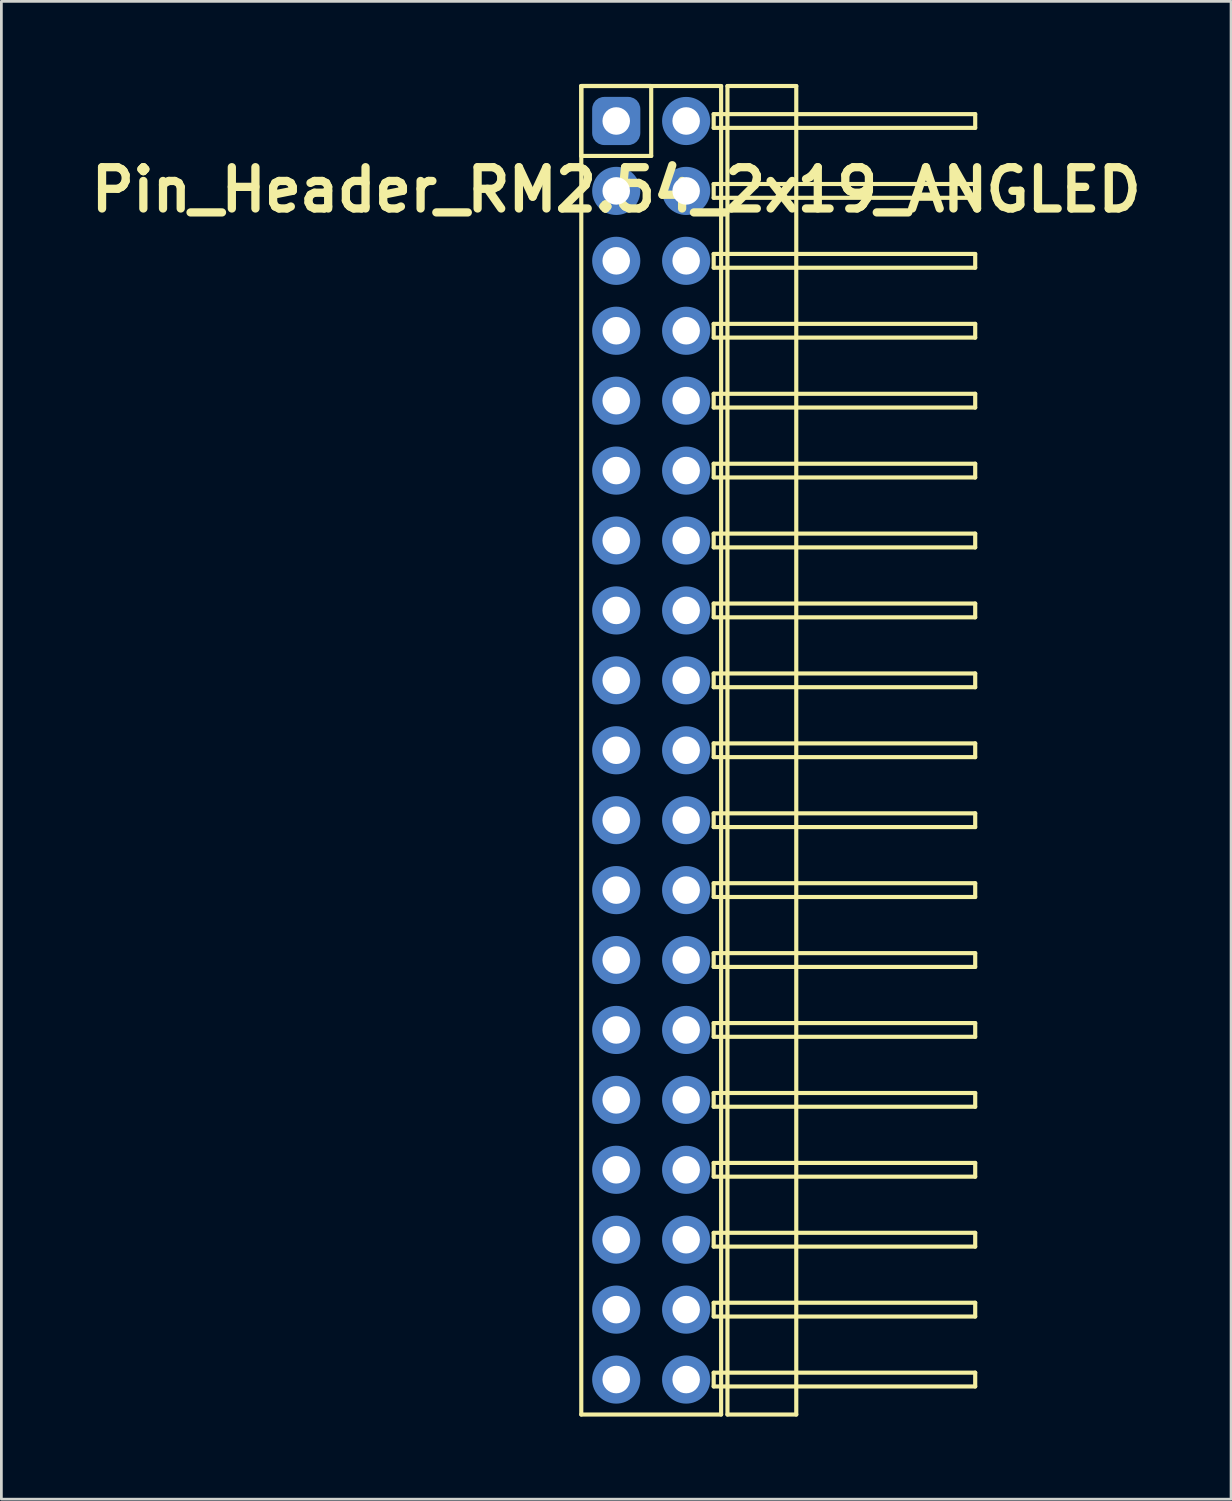
<source format=kicad_pcb>
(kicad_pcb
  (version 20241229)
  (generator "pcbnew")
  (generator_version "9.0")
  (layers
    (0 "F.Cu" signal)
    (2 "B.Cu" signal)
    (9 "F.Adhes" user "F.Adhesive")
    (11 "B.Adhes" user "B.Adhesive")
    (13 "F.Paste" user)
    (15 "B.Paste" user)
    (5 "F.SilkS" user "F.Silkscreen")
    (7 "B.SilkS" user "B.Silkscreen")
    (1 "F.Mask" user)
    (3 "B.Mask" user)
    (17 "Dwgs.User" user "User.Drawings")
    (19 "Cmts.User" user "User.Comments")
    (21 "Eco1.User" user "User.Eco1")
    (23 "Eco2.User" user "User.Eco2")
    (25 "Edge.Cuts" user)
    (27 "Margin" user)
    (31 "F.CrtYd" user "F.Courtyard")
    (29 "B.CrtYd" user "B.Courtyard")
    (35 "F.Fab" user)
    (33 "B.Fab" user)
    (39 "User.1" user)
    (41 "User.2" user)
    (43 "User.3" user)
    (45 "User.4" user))
  (footprint "Pin_Header_RM2.54_2x19_ANGLED"
    (layer "F.Cu")
    (at 19.336 1.345)
    (property "Reference" "Pin_Header_RM2.54_2x19_ANGLED" (at 0 2.5 0) (layer "F.SilkS") (effects (font (size 1.5 1.5) (thickness 0.3))))
    (attr through_hole)
    (fp_line (start -1.27 -1.27) (end 1.27 -1.27) (stroke (width 0.15) (type solid)) (layer "F.SilkS"))
    (fp_line (start -1.27 -1.27) (end 3.81 -1.27) (stroke (width 0.15) (type solid)) (layer "F.SilkS"))
    (fp_line (start -1.27 1.27) (end -1.27 -1.27) (stroke (width 0.15) (type solid)) (layer "F.SilkS"))
    (fp_line (start -1.27 46.99) (end -1.27 -1.27) (stroke (width 0.15) (type solid)) (layer "F.SilkS"))
    (fp_line (start 1.27 -1.27) (end 1.27 1.27) (stroke (width 0.15) (type solid)) (layer "F.SilkS"))
    (fp_line (start 1.27 1.27) (end -1.27 1.27) (stroke (width 0.15) (type solid)) (layer "F.SilkS"))
    (fp_line (start 3.54 -0.25) (end 13.04 -0.25) (stroke (width 0.15) (type solid)) (layer "F.SilkS"))
    (fp_line (start 3.54 0.25) (end 3.54 -0.25) (stroke (width 0.15) (type solid)) (layer "F.SilkS"))
    (fp_line (start 3.54 2.29) (end 13.04 2.29) (stroke (width 0.15) (type solid)) (layer "F.SilkS"))
    (fp_line (start 3.54 2.79) (end 3.54 2.29) (stroke (width 0.15) (type solid)) (layer "F.SilkS"))
    (fp_line (start 3.54 4.83) (end 13.04 4.83) (stroke (width 0.15) (type solid)) (layer "F.SilkS"))
    (fp_line (start 3.54 5.33) (end 3.54 4.83) (stroke (width 0.15) (type solid)) (layer "F.SilkS"))
    (fp_line (start 3.54 7.37) (end 13.04 7.37) (stroke (width 0.15) (type solid)) (layer "F.SilkS"))
    (fp_line (start 3.54 7.87) (end 3.54 7.37) (stroke (width 0.15) (type solid)) (layer "F.SilkS"))
    (fp_line (start 3.54 9.91) (end 13.04 9.91) (stroke (width 0.15) (type solid)) (layer "F.SilkS"))
    (fp_line (start 3.54 10.41) (end 3.54 9.91) (stroke (width 0.15) (type solid)) (layer "F.SilkS"))
    (fp_line (start 3.54 12.45) (end 13.04 12.45) (stroke (width 0.15) (type solid)) (layer "F.SilkS"))
    (fp_line (start 3.54 12.95) (end 3.54 12.45) (stroke (width 0.15) (type solid)) (layer "F.SilkS"))
    (fp_line (start 3.54 14.99) (end 13.04 14.99) (stroke (width 0.15) (type solid)) (layer "F.SilkS"))
    (fp_line (start 3.54 15.49) (end 3.54 14.99) (stroke (width 0.15) (type solid)) (layer "F.SilkS"))
    (fp_line (start 3.54 17.53) (end 13.04 17.53) (stroke (width 0.15) (type solid)) (layer "F.SilkS"))
    (fp_line (start 3.54 18.03) (end 3.54 17.53) (stroke (width 0.15) (type solid)) (layer "F.SilkS"))
    (fp_line (start 3.54 20.07) (end 13.04 20.07) (stroke (width 0.15) (type solid)) (layer "F.SilkS"))
    (fp_line (start 3.54 20.57) (end 3.54 20.07) (stroke (width 0.15) (type solid)) (layer "F.SilkS"))
    (fp_line (start 3.54 22.61) (end 13.04 22.61) (stroke (width 0.15) (type solid)) (layer "F.SilkS"))
    (fp_line (start 3.54 23.11) (end 3.54 22.61) (stroke (width 0.15) (type solid)) (layer "F.SilkS"))
    (fp_line (start 3.54 25.15) (end 13.04 25.15) (stroke (width 0.15) (type solid)) (layer "F.SilkS"))
    (fp_line (start 3.54 25.65) (end 3.54 25.15) (stroke (width 0.15) (type solid)) (layer "F.SilkS"))
    (fp_line (start 3.54 27.69) (end 13.04 27.69) (stroke (width 0.15) (type solid)) (layer "F.SilkS"))
    (fp_line (start 3.54 28.19) (end 3.54 27.69) (stroke (width 0.15) (type solid)) (layer "F.SilkS"))
    (fp_line (start 3.54 30.23) (end 13.04 30.23) (stroke (width 0.15) (type solid)) (layer "F.SilkS"))
    (fp_line (start 3.54 30.73) (end 3.54 30.23) (stroke (width 0.15) (type solid)) (layer "F.SilkS"))
    (fp_line (start 3.54 32.77) (end 13.04 32.77) (stroke (width 0.15) (type solid)) (layer "F.SilkS"))
    (fp_line (start 3.54 33.27) (end 3.54 32.77) (stroke (width 0.15) (type solid)) (layer "F.SilkS"))
    (fp_line (start 3.54 35.31) (end 13.04 35.31) (stroke (width 0.15) (type solid)) (layer "F.SilkS"))
    (fp_line (start 3.54 35.81) (end 3.54 35.31) (stroke (width 0.15) (type solid)) (layer "F.SilkS"))
    (fp_line (start 3.54 37.85) (end 13.04 37.85) (stroke (width 0.15) (type solid)) (layer "F.SilkS"))
    (fp_line (start 3.54 38.35) (end 3.54 37.85) (stroke (width 0.15) (type solid)) (layer "F.SilkS"))
    (fp_line (start 3.54 40.39) (end 13.04 40.39) (stroke (width 0.15) (type solid)) (layer "F.SilkS"))
    (fp_line (start 3.54 40.89) (end 3.54 40.39) (stroke (width 0.15) (type solid)) (layer "F.SilkS"))
    (fp_line (start 3.54 42.93) (end 13.04 42.93) (stroke (width 0.15) (type solid)) (layer "F.SilkS"))
    (fp_line (start 3.54 43.43) (end 3.54 42.93) (stroke (width 0.15) (type solid)) (layer "F.SilkS"))
    (fp_line (start 3.54 45.47) (end 13.04 45.47) (stroke (width 0.15) (type solid)) (layer "F.SilkS"))
    (fp_line (start 3.54 45.97) (end 3.54 45.47) (stroke (width 0.15) (type solid)) (layer "F.SilkS"))
    (fp_line (start 3.81 -1.27) (end 3.81 46.99) (stroke (width 0.15) (type solid)) (layer "F.SilkS"))
    (fp_line (start 3.81 46.99) (end -1.27 46.99) (stroke (width 0.15) (type solid)) (layer "F.SilkS"))
    (fp_line (start 4.04 -1.27) (end 6.54 -1.27) (stroke (width 0.15) (type solid)) (layer "F.SilkS"))
    (fp_line (start 4.04 46.99) (end 4.04 -1.27) (stroke (width 0.15) (type solid)) (layer "F.SilkS"))
    (fp_line (start 6.54 -1.27) (end 6.54 46.99) (stroke (width 0.15) (type solid)) (layer "F.SilkS"))
    (fp_line (start 6.54 46.99) (end 4.04 46.99) (stroke (width 0.15) (type solid)) (layer "F.SilkS"))
    (fp_line (start 13.04 -0.25) (end 13.04 0.25) (stroke (width 0.15) (type solid)) (layer "F.SilkS"))
    (fp_line (start 13.04 0.25) (end 3.54 0.25) (stroke (width 0.15) (type solid)) (layer "F.SilkS"))
    (fp_line (start 13.04 2.29) (end 13.04 2.79) (stroke (width 0.15) (type solid)) (layer "F.SilkS"))
    (fp_line (start 13.04 2.79) (end 3.54 2.79) (stroke (width 0.15) (type solid)) (layer "F.SilkS"))
    (fp_line (start 13.04 4.83) (end 13.04 5.33) (stroke (width 0.15) (type solid)) (layer "F.SilkS"))
    (fp_line (start 13.04 5.33) (end 3.54 5.33) (stroke (width 0.15) (type solid)) (layer "F.SilkS"))
    (fp_line (start 13.04 7.37) (end 13.04 7.87) (stroke (width 0.15) (type solid)) (layer "F.SilkS"))
    (fp_line (start 13.04 7.87) (end 3.54 7.87) (stroke (width 0.15) (type solid)) (layer "F.SilkS"))
    (fp_line (start 13.04 9.91) (end 13.04 10.41) (stroke (width 0.15) (type solid)) (layer "F.SilkS"))
    (fp_line (start 13.04 10.41) (end 3.54 10.41) (stroke (width 0.15) (type solid)) (layer "F.SilkS"))
    (fp_line (start 13.04 12.45) (end 13.04 12.95) (stroke (width 0.15) (type solid)) (layer "F.SilkS"))
    (fp_line (start 13.04 12.95) (end 3.54 12.95) (stroke (width 0.15) (type solid)) (layer "F.SilkS"))
    (fp_line (start 13.04 14.99) (end 13.04 15.49) (stroke (width 0.15) (type solid)) (layer "F.SilkS"))
    (fp_line (start 13.04 15.49) (end 3.54 15.49) (stroke (width 0.15) (type solid)) (layer "F.SilkS"))
    (fp_line (start 13.04 17.53) (end 13.04 18.03) (stroke (width 0.15) (type solid)) (layer "F.SilkS"))
    (fp_line (start 13.04 18.03) (end 3.54 18.03) (stroke (width 0.15) (type solid)) (layer "F.SilkS"))
    (fp_line (start 13.04 20.07) (end 13.04 20.57) (stroke (width 0.15) (type solid)) (layer "F.SilkS"))
    (fp_line (start 13.04 20.57) (end 3.54 20.57) (stroke (width 0.15) (type solid)) (layer "F.SilkS"))
    (fp_line (start 13.04 22.61) (end 13.04 23.11) (stroke (width 0.15) (type solid)) (layer "F.SilkS"))
    (fp_line (start 13.04 23.11) (end 3.54 23.11) (stroke (width 0.15) (type solid)) (layer "F.SilkS"))
    (fp_line (start 13.04 25.15) (end 13.04 25.65) (stroke (width 0.15) (type solid)) (layer "F.SilkS"))
    (fp_line (start 13.04 25.65) (end 3.54 25.65) (stroke (width 0.15) (type solid)) (layer "F.SilkS"))
    (fp_line (start 13.04 27.69) (end 13.04 28.19) (stroke (width 0.15) (type solid)) (layer "F.SilkS"))
    (fp_line (start 13.04 28.19) (end 3.54 28.19) (stroke (width 0.15) (type solid)) (layer "F.SilkS"))
    (fp_line (start 13.04 30.23) (end 13.04 30.73) (stroke (width 0.15) (type solid)) (layer "F.SilkS"))
    (fp_line (start 13.04 30.73) (end 3.54 30.73) (stroke (width 0.15) (type solid)) (layer "F.SilkS"))
    (fp_line (start 13.04 32.77) (end 13.04 33.27) (stroke (width 0.15) (type solid)) (layer "F.SilkS"))
    (fp_line (start 13.04 33.27) (end 3.54 33.27) (stroke (width 0.15) (type solid)) (layer "F.SilkS"))
    (fp_line (start 13.04 35.31) (end 13.04 35.81) (stroke (width 0.15) (type solid)) (layer "F.SilkS"))
    (fp_line (start 13.04 35.81) (end 3.54 35.81) (stroke (width 0.15) (type solid)) (layer "F.SilkS"))
    (fp_line (start 13.04 37.85) (end 13.04 38.35) (stroke (width 0.15) (type solid)) (layer "F.SilkS"))
    (fp_line (start 13.04 38.35) (end 3.54 38.35) (stroke (width 0.15) (type solid)) (layer "F.SilkS"))
    (fp_line (start 13.04 40.39) (end 13.04 40.89) (stroke (width 0.15) (type solid)) (layer "F.SilkS"))
    (fp_line (start 13.04 40.89) (end 3.54 40.89) (stroke (width 0.15) (type solid)) (layer "F.SilkS"))
    (fp_line (start 13.04 42.93) (end 13.04 43.43) (stroke (width 0.15) (type solid)) (layer "F.SilkS"))
    (fp_line (start 13.04 43.43) (end 3.54 43.43) (stroke (width 0.15) (type solid)) (layer "F.SilkS"))
    (fp_line (start 13.04 45.47) (end 13.04 45.97) (stroke (width 0.15) (type solid)) (layer "F.SilkS"))
    (fp_line (start 13.04 45.97) (end 3.54 45.97) (stroke (width 0.15) (type solid)) (layer "F.SilkS"))
    (pad "1" thru_hole circle (at 0 0) (size 1.3 1.3) (drill 1) (layers "*.Cu" "*.Mask"))
    (pad "1" smd roundrect (at 0 0) (size 1.5 1.5) (layers "F.Cu" "F.Mask") (roundrect_rratio 0.25))
    (pad "1" smd roundrect (at 0 0) (size 1.75 1.75) (layers "B.Cu" "B.Mask") (roundrect_rratio 0.25))
    (pad "2" thru_hole circle (at 2.54 0) (size 1.3 1.3) (drill 1) (layers "*.Cu" "*.Mask"))
    (pad "2" smd circle (at 2.54 0) (size 1.5 1.5) (layers "F.Cu" "F.Mask"))
    (pad "2" smd circle (at 2.54 0) (size 1.75 1.75) (layers "B.Cu" "B.Mask"))
    (pad "3" thru_hole circle (at 0 2.54) (size 1.3 1.3) (drill 1) (layers "*.Cu" "*.Mask"))
    (pad "3" smd circle (at 0 2.54) (size 1.5 1.5) (layers "F.Cu" "F.Mask"))
    (pad "3" smd circle (at 0 2.54) (size 1.75 1.75) (layers "B.Cu" "B.Mask"))
    (pad "4" thru_hole circle (at 2.54 2.54) (size 1.3 1.3) (drill 1) (layers "*.Cu" "*.Mask"))
    (pad "4" smd circle (at 2.54 2.54) (size 1.5 1.5) (layers "F.Cu" "F.Mask"))
    (pad "4" smd circle (at 2.54 2.54) (size 1.75 1.75) (layers "B.Cu" "B.Mask"))
    (pad "5" thru_hole circle (at 0 5.08) (size 1.3 1.3) (drill 1) (layers "*.Cu" "*.Mask"))
    (pad "5" smd circle (at 0 5.08) (size 1.5 1.5) (layers "F.Cu" "F.Mask"))
    (pad "5" smd circle (at 0 5.08) (size 1.75 1.75) (layers "B.Cu" "B.Mask"))
    (pad "6" thru_hole circle (at 2.54 5.08) (size 1.3 1.3) (drill 1) (layers "*.Cu" "*.Mask"))
    (pad "6" smd circle (at 2.54 5.08) (size 1.5 1.5) (layers "F.Cu" "F.Mask"))
    (pad "6" smd circle (at 2.54 5.08) (size 1.75 1.75) (layers "B.Cu" "B.Mask"))
    (pad "7" thru_hole circle (at 0 7.62) (size 1.3 1.3) (drill 1) (layers "*.Cu" "*.Mask"))
    (pad "7" smd circle (at 0 7.62) (size 1.5 1.5) (layers "F.Cu" "F.Mask"))
    (pad "7" smd circle (at 0 7.62) (size 1.75 1.75) (layers "B.Cu" "B.Mask"))
    (pad "8" thru_hole circle (at 2.54 7.62) (size 1.3 1.3) (drill 1) (layers "*.Cu" "*.Mask"))
    (pad "8" smd circle (at 2.54 7.62) (size 1.5 1.5) (layers "F.Cu" "F.Mask"))
    (pad "8" smd circle (at 2.54 7.62) (size 1.75 1.75) (layers "B.Cu" "B.Mask"))
    (pad "9" thru_hole circle (at 0 10.16) (size 1.3 1.3) (drill 1) (layers "*.Cu" "*.Mask"))
    (pad "9" smd circle (at 0 10.16) (size 1.5 1.5) (layers "F.Cu" "F.Mask"))
    (pad "9" smd circle (at 0 10.16) (size 1.75 1.75) (layers "B.Cu" "B.Mask"))
    (pad "10" thru_hole circle (at 2.54 10.16) (size 1.3 1.3) (drill 1) (layers "*.Cu" "*.Mask"))
    (pad "10" smd circle (at 2.54 10.16) (size 1.5 1.5) (layers "F.Cu" "F.Mask"))
    (pad "10" smd circle (at 2.54 10.16) (size 1.75 1.75) (layers "B.Cu" "B.Mask"))
    (pad "11" thru_hole circle (at 0 12.7) (size 1.3 1.3) (drill 1) (layers "*.Cu" "*.Mask"))
    (pad "11" smd circle (at 0 12.7) (size 1.5 1.5) (layers "F.Cu" "F.Mask"))
    (pad "11" smd circle (at 0 12.7) (size 1.75 1.75) (layers "B.Cu" "B.Mask"))
    (pad "12" thru_hole circle (at 2.54 12.7) (size 1.3 1.3) (drill 1) (layers "*.Cu" "*.Mask"))
    (pad "12" smd circle (at 2.54 12.7) (size 1.5 1.5) (layers "F.Cu" "F.Mask"))
    (pad "12" smd circle (at 2.54 12.7) (size 1.75 1.75) (layers "B.Cu" "B.Mask"))
    (pad "13" thru_hole circle (at 0 15.24) (size 1.3 1.3) (drill 1) (layers "*.Cu" "*.Mask"))
    (pad "13" smd circle (at 0 15.24) (size 1.5 1.5) (layers "F.Cu" "F.Mask"))
    (pad "13" smd circle (at 0 15.24) (size 1.75 1.75) (layers "B.Cu" "B.Mask"))
    (pad "14" thru_hole circle (at 2.54 15.24) (size 1.3 1.3) (drill 1) (layers "*.Cu" "*.Mask"))
    (pad "14" smd circle (at 2.54 15.24) (size 1.5 1.5) (layers "F.Cu" "F.Mask"))
    (pad "14" smd circle (at 2.54 15.24) (size 1.75 1.75) (layers "B.Cu" "B.Mask"))
    (pad "15" thru_hole circle (at 0 17.78) (size 1.3 1.3) (drill 1) (layers "*.Cu" "*.Mask"))
    (pad "15" smd circle (at 0 17.78) (size 1.5 1.5) (layers "F.Cu" "F.Mask"))
    (pad "15" smd circle (at 0 17.78) (size 1.75 1.75) (layers "B.Cu" "B.Mask"))
    (pad "16" thru_hole circle (at 2.54 17.78) (size 1.3 1.3) (drill 1) (layers "*.Cu" "*.Mask"))
    (pad "16" smd circle (at 2.54 17.78) (size 1.5 1.5) (layers "F.Cu" "F.Mask"))
    (pad "16" smd circle (at 2.54 17.78) (size 1.75 1.75) (layers "B.Cu" "B.Mask"))
    (pad "17" thru_hole circle (at 0 20.32) (size 1.3 1.3) (drill 1) (layers "*.Cu" "*.Mask"))
    (pad "17" smd circle (at 0 20.32) (size 1.5 1.5) (layers "F.Cu" "F.Mask"))
    (pad "17" smd circle (at 0 20.32) (size 1.75 1.75) (layers "B.Cu" "B.Mask"))
    (pad "18" thru_hole circle (at 2.54 20.32) (size 1.3 1.3) (drill 1) (layers "*.Cu" "*.Mask"))
    (pad "18" smd circle (at 2.54 20.32) (size 1.5 1.5) (layers "F.Cu" "F.Mask"))
    (pad "18" smd circle (at 2.54 20.32) (size 1.75 1.75) (layers "B.Cu" "B.Mask"))
    (pad "19" thru_hole circle (at 0 22.86) (size 1.3 1.3) (drill 1) (layers "*.Cu" "*.Mask"))
    (pad "19" smd circle (at 0 22.86) (size 1.5 1.5) (layers "F.Cu" "F.Mask"))
    (pad "19" smd circle (at 0 22.86) (size 1.75 1.75) (layers "B.Cu" "B.Mask"))
    (pad "20" thru_hole circle (at 2.54 22.86) (size 1.3 1.3) (drill 1) (layers "*.Cu" "*.Mask"))
    (pad "20" smd circle (at 2.54 22.86) (size 1.5 1.5) (layers "F.Cu" "F.Mask"))
    (pad "20" smd circle (at 2.54 22.86) (size 1.75 1.75) (layers "B.Cu" "B.Mask"))
    (pad "21" thru_hole circle (at 0 25.4) (size 1.3 1.3) (drill 1) (layers "*.Cu" "*.Mask"))
    (pad "21" smd circle (at 0 25.4) (size 1.5 1.5) (layers "F.Cu" "F.Mask"))
    (pad "21" smd circle (at 0 25.4) (size 1.75 1.75) (layers "B.Cu" "B.Mask"))
    (pad "22" thru_hole circle (at 2.54 25.4) (size 1.3 1.3) (drill 1) (layers "*.Cu" "*.Mask"))
    (pad "22" smd circle (at 2.54 25.4) (size 1.5 1.5) (layers "F.Cu" "F.Mask"))
    (pad "22" smd circle (at 2.54 25.4) (size 1.75 1.75) (layers "B.Cu" "B.Mask"))
    (pad "23" thru_hole circle (at 0 27.94) (size 1.3 1.3) (drill 1) (layers "*.Cu" "*.Mask"))
    (pad "23" smd circle (at 0 27.94) (size 1.5 1.5) (layers "F.Cu" "F.Mask"))
    (pad "23" smd circle (at 0 27.94) (size 1.75 1.75) (layers "B.Cu" "B.Mask"))
    (pad "24" thru_hole circle (at 2.54 27.94) (size 1.3 1.3) (drill 1) (layers "*.Cu" "*.Mask"))
    (pad "24" smd circle (at 2.54 27.94) (size 1.5 1.5) (layers "F.Cu" "F.Mask"))
    (pad "24" smd circle (at 2.54 27.94) (size 1.75 1.75) (layers "B.Cu" "B.Mask"))
    (pad "25" thru_hole circle (at 0 30.48) (size 1.3 1.3) (drill 1) (layers "*.Cu" "*.Mask"))
    (pad "25" smd circle (at 0 30.48) (size 1.5 1.5) (layers "F.Cu" "F.Mask"))
    (pad "25" smd circle (at 0 30.48) (size 1.75 1.75) (layers "B.Cu" "B.Mask"))
    (pad "26" thru_hole circle (at 2.54 30.48) (size 1.3 1.3) (drill 1) (layers "*.Cu" "*.Mask"))
    (pad "26" smd circle (at 2.54 30.48) (size 1.5 1.5) (layers "F.Cu" "F.Mask"))
    (pad "26" smd circle (at 2.54 30.48) (size 1.75 1.75) (layers "B.Cu" "B.Mask"))
    (pad "27" thru_hole circle (at 0 33.02) (size 1.3 1.3) (drill 1) (layers "*.Cu" "*.Mask"))
    (pad "27" smd circle (at 0 33.02) (size 1.5 1.5) (layers "F.Cu" "F.Mask"))
    (pad "27" smd circle (at 0 33.02) (size 1.75 1.75) (layers "B.Cu" "B.Mask"))
    (pad "28" thru_hole circle (at 2.54 33.02) (size 1.3 1.3) (drill 1) (layers "*.Cu" "*.Mask"))
    (pad "28" smd circle (at 2.54 33.02) (size 1.5 1.5) (layers "F.Cu" "F.Mask"))
    (pad "28" smd circle (at 2.54 33.02) (size 1.75 1.75) (layers "B.Cu" "B.Mask"))
    (pad "29" thru_hole circle (at 0 35.56) (size 1.3 1.3) (drill 1) (layers "*.Cu" "*.Mask"))
    (pad "29" smd circle (at 0 35.56) (size 1.5 1.5) (layers "F.Cu" "F.Mask"))
    (pad "29" smd circle (at 0 35.56) (size 1.75 1.75) (layers "B.Cu" "B.Mask"))
    (pad "30" thru_hole circle (at 2.54 35.56) (size 1.3 1.3) (drill 1) (layers "*.Cu" "*.Mask"))
    (pad "30" smd circle (at 2.54 35.56) (size 1.5 1.5) (layers "F.Cu" "F.Mask"))
    (pad "30" smd circle (at 2.54 35.56) (size 1.75 1.75) (layers "B.Cu" "B.Mask"))
    (pad "31" thru_hole circle (at 0 38.1) (size 1.3 1.3) (drill 1) (layers "*.Cu" "*.Mask"))
    (pad "31" smd circle (at 0 38.1) (size 1.5 1.5) (layers "F.Cu" "F.Mask"))
    (pad "31" smd circle (at 0 38.1) (size 1.75 1.75) (layers "B.Cu" "B.Mask"))
    (pad "32" thru_hole circle (at 2.54 38.1) (size 1.3 1.3) (drill 1) (layers "*.Cu" "*.Mask"))
    (pad "32" smd circle (at 2.54 38.1) (size 1.5 1.5) (layers "F.Cu" "F.Mask"))
    (pad "32" smd circle (at 2.54 38.1) (size 1.75 1.75) (layers "B.Cu" "B.Mask"))
    (pad "33" thru_hole circle (at 0 40.64) (size 1.3 1.3) (drill 1) (layers "*.Cu" "*.Mask"))
    (pad "33" smd circle (at 0 40.64) (size 1.5 1.5) (layers "F.Cu" "F.Mask"))
    (pad "33" smd circle (at 0 40.64) (size 1.75 1.75) (layers "B.Cu" "B.Mask"))
    (pad "34" thru_hole circle (at 2.54 40.64) (size 1.3 1.3) (drill 1) (layers "*.Cu" "*.Mask"))
    (pad "34" smd circle (at 2.54 40.64) (size 1.5 1.5) (layers "F.Cu" "F.Mask"))
    (pad "34" smd circle (at 2.54 40.64) (size 1.75 1.75) (layers "B.Cu" "B.Mask"))
    (pad "35" thru_hole circle (at 0 43.18) (size 1.3 1.3) (drill 1) (layers "*.Cu" "*.Mask"))
    (pad "35" smd circle (at 0 43.18) (size 1.5 1.5) (layers "F.Cu" "F.Mask"))
    (pad "35" smd circle (at 0 43.18) (size 1.75 1.75) (layers "B.Cu" "B.Mask"))
    (pad "36" thru_hole circle (at 2.54 43.18) (size 1.3 1.3) (drill 1) (layers "*.Cu" "*.Mask"))
    (pad "36" smd circle (at 2.54 43.18) (size 1.5 1.5) (layers "F.Cu" "F.Mask"))
    (pad "36" smd circle (at 2.54 43.18) (size 1.75 1.75) (layers "B.Cu" "B.Mask"))
    (pad "37" thru_hole circle (at 0 45.72) (size 1.3 1.3) (drill 1) (layers "*.Cu" "*.Mask"))
    (pad "37" smd circle (at 0 45.72) (size 1.5 1.5) (layers "F.Cu" "F.Mask"))
    (pad "37" smd circle (at 0 45.72) (size 1.75 1.75) (layers "B.Cu" "B.Mask"))
    (pad "38" thru_hole circle (at 2.54 45.72) (size 1.3 1.3) (drill 1) (layers "*.Cu" "*.Mask"))
    (pad "38" smd circle (at 2.54 45.72) (size 1.5 1.5) (layers "F.Cu" "F.Mask"))
    (pad "38" smd circle (at 2.54 45.72) (size 1.75 1.75) (layers "B.Cu" "B.Mask")))
  (gr_rect
    (start -3 -3)
    (end 41.671 51.41)
    (stroke (width 0.1) (type default))
    (fill no)
    (layer "Edge.Cuts")))
</source>
